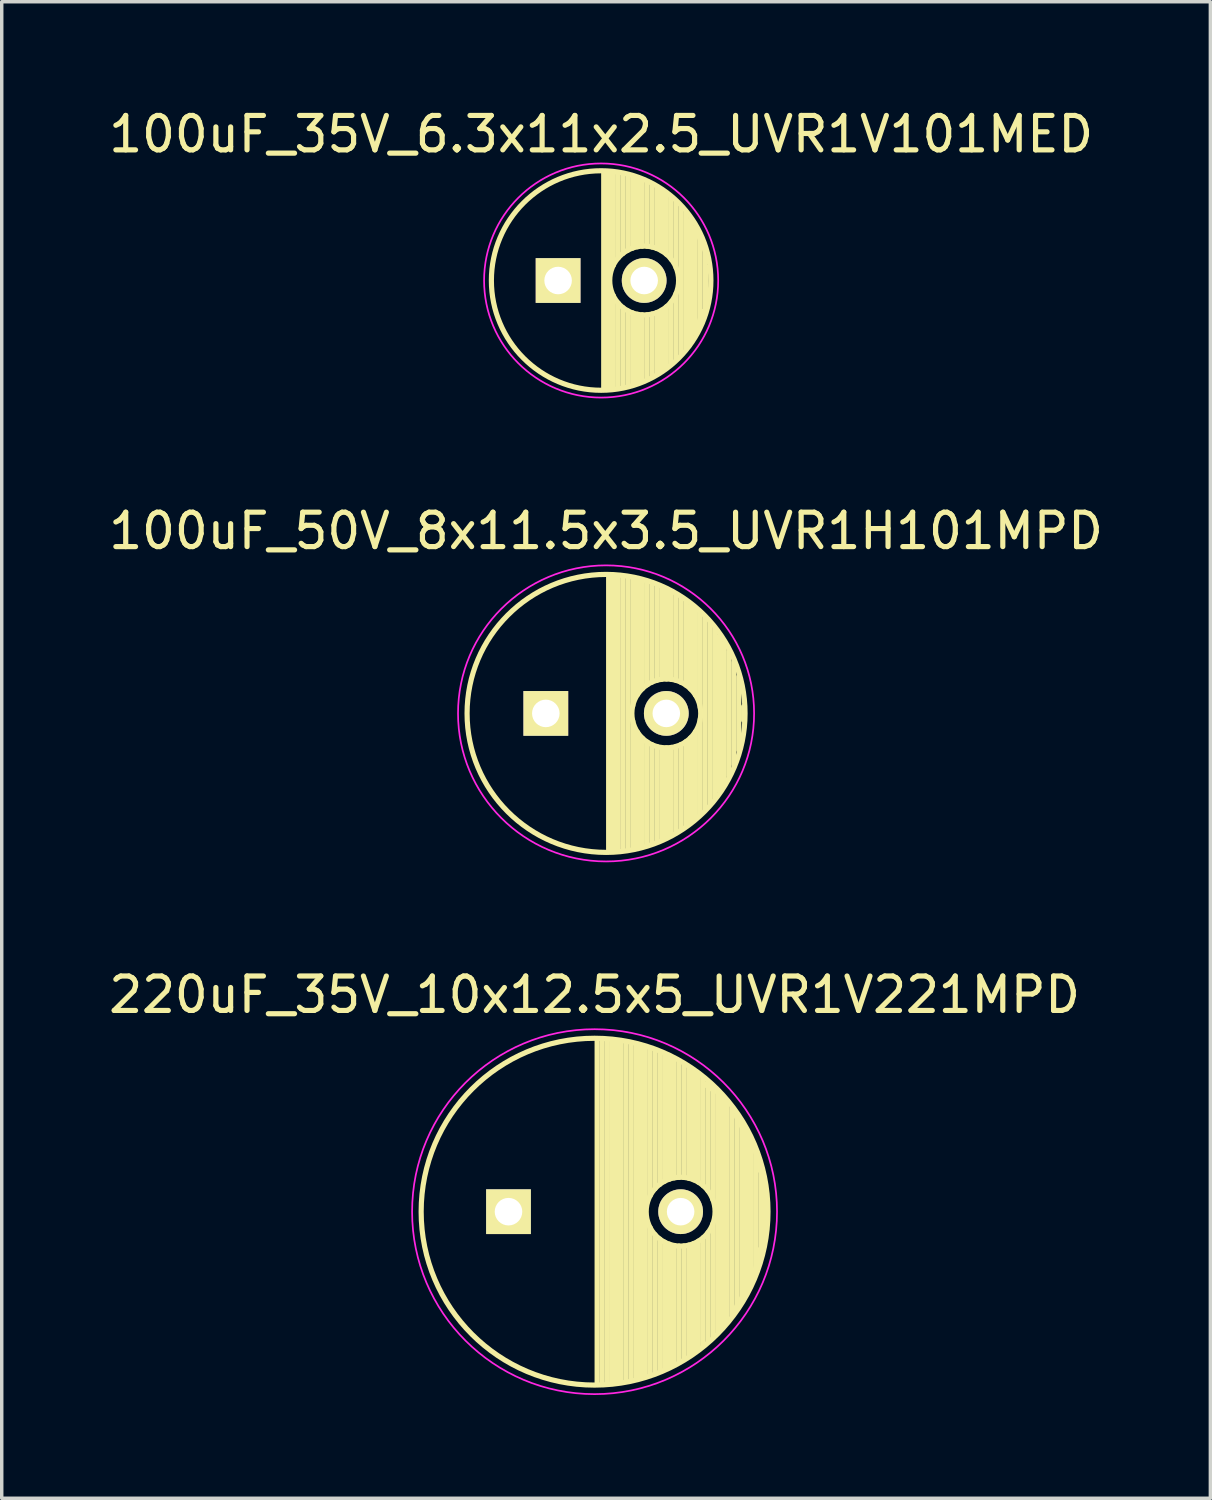
<source format=kicad_pcb>
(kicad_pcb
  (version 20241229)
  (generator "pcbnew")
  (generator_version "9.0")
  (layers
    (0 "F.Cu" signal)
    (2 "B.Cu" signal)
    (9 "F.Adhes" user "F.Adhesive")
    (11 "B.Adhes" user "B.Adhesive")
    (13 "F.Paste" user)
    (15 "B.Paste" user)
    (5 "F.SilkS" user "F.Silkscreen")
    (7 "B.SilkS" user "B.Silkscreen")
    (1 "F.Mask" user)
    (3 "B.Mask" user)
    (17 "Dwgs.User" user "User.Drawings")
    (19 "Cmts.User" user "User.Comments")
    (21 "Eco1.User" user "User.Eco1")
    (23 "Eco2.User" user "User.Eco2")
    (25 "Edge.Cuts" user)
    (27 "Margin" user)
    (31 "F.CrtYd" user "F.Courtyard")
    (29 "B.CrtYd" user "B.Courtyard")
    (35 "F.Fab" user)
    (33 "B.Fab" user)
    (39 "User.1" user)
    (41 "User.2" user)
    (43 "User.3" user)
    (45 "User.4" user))
  (footprint "100uF_35V_6.3x11x2.5_UVR1V101MED"
    (layer "F.Cu")
    (at 14.411 5.098)
    (property "Reference" "100uF_35V_6.3x11x2.5_UVR1V101MED" (at 0 -4.25 0) (layer "F.SilkS") (effects (font (size 1 1) (thickness 0.15))))
    (attr through_hole)
    (fp_line (start 0.075 -3.149) (end 0.075 3.149) (stroke (width 0.15) (type solid)) (layer "F.SilkS"))
    (fp_line (start 0.215 -3.143) (end 0.215 3.143) (stroke (width 0.15) (type solid)) (layer "F.SilkS"))
    (fp_line (start 0.355 -3.13) (end 0.355 -0.446) (stroke (width 0.15) (type solid)) (layer "F.SilkS"))
    (fp_line (start 0.355 0.446) (end 0.355 3.13) (stroke (width 0.15) (type solid)) (layer "F.SilkS"))
    (fp_line (start 0.495 -3.111) (end 0.495 -0.656) (stroke (width 0.15) (type solid)) (layer "F.SilkS"))
    (fp_line (start 0.495 0.656) (end 0.495 3.111) (stroke (width 0.15) (type solid)) (layer "F.SilkS"))
    (fp_line (start 0.635 -3.085) (end 0.635 -0.789) (stroke (width 0.15) (type solid)) (layer "F.SilkS"))
    (fp_line (start 0.635 0.789) (end 0.635 3.085) (stroke (width 0.15) (type solid)) (layer "F.SilkS"))
    (fp_line (start 0.775 -3.053) (end 0.775 -0.88) (stroke (width 0.15) (type solid)) (layer "F.SilkS"))
    (fp_line (start 0.775 0.88) (end 0.775 3.053) (stroke (width 0.15) (type solid)) (layer "F.SilkS"))
    (fp_line (start 0.915 -3.014) (end 0.915 -0.942) (stroke (width 0.15) (type solid)) (layer "F.SilkS"))
    (fp_line (start 0.915 0.942) (end 0.915 3.014) (stroke (width 0.15) (type solid)) (layer "F.SilkS"))
    (fp_line (start 1.055 -2.968) (end 1.055 -0.981) (stroke (width 0.15) (type solid)) (layer "F.SilkS"))
    (fp_line (start 1.055 0.981) (end 1.055 2.968) (stroke (width 0.15) (type solid)) (layer "F.SilkS"))
    (fp_line (start 1.195 -2.915) (end 1.195 -0.998) (stroke (width 0.15) (type solid)) (layer "F.SilkS"))
    (fp_line (start 1.195 0.998) (end 1.195 2.915) (stroke (width 0.15) (type solid)) (layer "F.SilkS"))
    (fp_line (start 1.335 -2.853) (end 1.335 -0.996) (stroke (width 0.15) (type solid)) (layer "F.SilkS"))
    (fp_line (start 1.335 0.996) (end 1.335 2.853) (stroke (width 0.15) (type solid)) (layer "F.SilkS"))
    (fp_line (start 1.475 -2.783) (end 1.475 -0.974) (stroke (width 0.15) (type solid)) (layer "F.SilkS"))
    (fp_line (start 1.475 0.974) (end 1.475 2.783) (stroke (width 0.15) (type solid)) (layer "F.SilkS"))
    (fp_line (start 1.615 -2.704) (end 1.615 -0.931) (stroke (width 0.15) (type solid)) (layer "F.SilkS"))
    (fp_line (start 1.615 0.931) (end 1.615 2.704) (stroke (width 0.15) (type solid)) (layer "F.SilkS"))
    (fp_line (start 1.755 -2.616) (end 1.755 -0.863) (stroke (width 0.15) (type solid)) (layer "F.SilkS"))
    (fp_line (start 1.755 0.863) (end 1.755 2.616) (stroke (width 0.15) (type solid)) (layer "F.SilkS"))
    (fp_line (start 1.895 -2.516) (end 1.895 -0.764) (stroke (width 0.15) (type solid)) (layer "F.SilkS"))
    (fp_line (start 1.895 0.764) (end 1.895 2.516) (stroke (width 0.15) (type solid)) (layer "F.SilkS"))
    (fp_line (start 2.035 -2.404) (end 2.035 -0.619) (stroke (width 0.15) (type solid)) (layer "F.SilkS"))
    (fp_line (start 2.035 0.619) (end 2.035 2.404) (stroke (width 0.15) (type solid)) (layer "F.SilkS"))
    (fp_line (start 2.175 -2.279) (end 2.175 -0.38) (stroke (width 0.15) (type solid)) (layer "F.SilkS"))
    (fp_line (start 2.175 0.38) (end 2.175 2.279) (stroke (width 0.15) (type solid)) (layer "F.SilkS"))
    (fp_line (start 2.315 -2.136) (end 2.315 2.136) (stroke (width 0.15) (type solid)) (layer "F.SilkS"))
    (fp_line (start 2.455 -1.974) (end 2.455 1.974) (stroke (width 0.15) (type solid)) (layer "F.SilkS"))
    (fp_line (start 2.55 1.6) (end 2.55 1.9) (stroke (width 0.15) (type solid)) (layer "F.SilkS"))
    (fp_line (start 2.595 -1.786) (end 2.595 1.786) (stroke (width 0.15) (type solid)) (layer "F.SilkS"))
    (fp_line (start 2.735 -1.563) (end 2.735 1.563) (stroke (width 0.15) (type solid)) (layer "F.SilkS"))
    (fp_line (start 2.75 -1.5) (end 3.05 -0.8) (stroke (width 0.15) (type solid)) (layer "F.SilkS"))
    (fp_line (start 2.875 -1.287) (end 2.875 1.287) (stroke (width 0.15) (type solid)) (layer "F.SilkS"))
    (fp_line (start 2.95 0.9) (end 2.75 1.5) (stroke (width 0.15) (type solid)) (layer "F.SilkS"))
    (fp_line (start 3.015 -0.912) (end 3.015 0.912) (stroke (width 0.15) (type solid)) (layer "F.SilkS"))
    (fp_line (start 3.05 -0.4) (end 3.05 0.5) (stroke (width 0.15) (type solid)) (layer "F.SilkS"))
    (fp_circle (center 0 0) (end 0 -3.188) (stroke (width 0.15) (type solid)) (fill no) (layer "F.SilkS"))
    (fp_circle (center 1.25 0) (end 1.25 -1) (stroke (width 0.15) (type solid)) (fill no) (layer "F.SilkS"))
    (fp_circle (center 0 0) (end 0 -3.4) (stroke (width 0.05) (type solid)) (fill no) (layer "F.CrtYd"))
    (pad "1" thru_hole rect (at -1.25 0) (size 1.3 1.3) (drill 0.8) (layers "*.Cu" "*.Mask" "F.SilkS"))
    (pad "2" thru_hole circle (at 1.25 0) (size 1.3 1.3) (drill 0.8) (layers "*.Cu" "*.Mask" "F.SilkS")))
  (footprint "220uF_35V_10x12.5x5_UVR1V221MPD"
    (layer "F.Cu")
    (at 14.22 32.145)
    (property "Reference" "220uF_35V_10x12.5x5_UVR1V221MPD" (at 0 -6.3 0) (layer "F.SilkS") (effects (font (size 1 1) (thickness 0.15))))
    (attr through_hole)
    (fp_line (start 0.075 -4.999) (end 0.075 4.999) (stroke (width 0.15) (type solid)) (layer "F.SilkS"))
    (fp_line (start 0.215 -4.995) (end 0.215 4.995) (stroke (width 0.15) (type solid)) (layer "F.SilkS"))
    (fp_line (start 0.355 -4.987) (end 0.355 4.987) (stroke (width 0.15) (type solid)) (layer "F.SilkS"))
    (fp_line (start 0.495 -4.975) (end 0.495 4.975) (stroke (width 0.15) (type solid)) (layer "F.SilkS"))
    (fp_line (start 0.635 -4.96) (end 0.635 4.96) (stroke (width 0.15) (type solid)) (layer "F.SilkS"))
    (fp_line (start 0.775 -4.94) (end 0.775 4.94) (stroke (width 0.15) (type solid)) (layer "F.SilkS"))
    (fp_line (start 0.915 -4.916) (end 0.915 4.916) (stroke (width 0.15) (type solid)) (layer "F.SilkS"))
    (fp_line (start 1.055 -4.887) (end 1.055 4.887) (stroke (width 0.15) (type solid)) (layer "F.SilkS"))
    (fp_line (start 1.195 -4.855) (end 1.195 4.855) (stroke (width 0.15) (type solid)) (layer "F.SilkS"))
    (fp_line (start 1.335 -4.818) (end 1.335 4.818) (stroke (width 0.15) (type solid)) (layer "F.SilkS"))
    (fp_line (start 1.475 -4.777) (end 1.475 4.777) (stroke (width 0.15) (type solid)) (layer "F.SilkS"))
    (fp_line (start 1.615 -4.732) (end 1.615 -0.466) (stroke (width 0.15) (type solid)) (layer "F.SilkS"))
    (fp_line (start 1.615 0.466) (end 1.615 4.732) (stroke (width 0.15) (type solid)) (layer "F.SilkS"))
    (fp_line (start 1.755 -4.682) (end 1.755 -0.667) (stroke (width 0.15) (type solid)) (layer "F.SilkS"))
    (fp_line (start 1.755 0.667) (end 1.755 4.682) (stroke (width 0.15) (type solid)) (layer "F.SilkS"))
    (fp_line (start 1.895 -4.627) (end 1.895 -0.796) (stroke (width 0.15) (type solid)) (layer "F.SilkS"))
    (fp_line (start 1.895 0.796) (end 1.895 4.627) (stroke (width 0.15) (type solid)) (layer "F.SilkS"))
    (fp_line (start 2.035 -4.567) (end 2.035 -0.885) (stroke (width 0.15) (type solid)) (layer "F.SilkS"))
    (fp_line (start 2.035 0.885) (end 2.035 4.567) (stroke (width 0.15) (type solid)) (layer "F.SilkS"))
    (fp_line (start 2.175 -4.502) (end 2.175 -0.946) (stroke (width 0.15) (type solid)) (layer "F.SilkS"))
    (fp_line (start 2.175 0.946) (end 2.175 4.502) (stroke (width 0.15) (type solid)) (layer "F.SilkS"))
    (fp_line (start 2.315 -4.432) (end 2.315 -0.983) (stroke (width 0.15) (type solid)) (layer "F.SilkS"))
    (fp_line (start 2.315 0.983) (end 2.315 4.432) (stroke (width 0.15) (type solid)) (layer "F.SilkS"))
    (fp_line (start 2.455 -4.356) (end 2.455 -0.999) (stroke (width 0.15) (type solid)) (layer "F.SilkS"))
    (fp_line (start 2.455 0.999) (end 2.455 4.356) (stroke (width 0.15) (type solid)) (layer "F.SilkS"))
    (fp_line (start 2.595 -4.274) (end 2.595 -0.995) (stroke (width 0.15) (type solid)) (layer "F.SilkS"))
    (fp_line (start 2.595 0.995) (end 2.595 4.274) (stroke (width 0.15) (type solid)) (layer "F.SilkS"))
    (fp_line (start 2.735 -4.186) (end 2.735 -0.972) (stroke (width 0.15) (type solid)) (layer "F.SilkS"))
    (fp_line (start 2.735 0.972) (end 2.735 4.186) (stroke (width 0.15) (type solid)) (layer "F.SilkS"))
    (fp_line (start 2.875 -4.091) (end 2.875 -0.927) (stroke (width 0.15) (type solid)) (layer "F.SilkS"))
    (fp_line (start 2.875 0.927) (end 2.875 4.091) (stroke (width 0.15) (type solid)) (layer "F.SilkS"))
    (fp_line (start 3.015 -3.989) (end 3.015 -0.857) (stroke (width 0.15) (type solid)) (layer "F.SilkS"))
    (fp_line (start 3.015 0.857) (end 3.015 3.989) (stroke (width 0.15) (type solid)) (layer "F.SilkS"))
    (fp_line (start 3.155 -3.879) (end 3.155 -0.756) (stroke (width 0.15) (type solid)) (layer "F.SilkS"))
    (fp_line (start 3.155 0.756) (end 3.155 3.879) (stroke (width 0.15) (type solid)) (layer "F.SilkS"))
    (fp_line (start 3.2 -3.7) (end 3.5 -3.5) (stroke (width 0.15) (type solid)) (layer "F.SilkS"))
    (fp_line (start 3.295 -3.761) (end 3.295 -0.607) (stroke (width 0.15) (type solid)) (layer "F.SilkS"))
    (fp_line (start 3.295 0.607) (end 3.295 3.761) (stroke (width 0.15) (type solid)) (layer "F.SilkS"))
    (fp_line (start 3.435 -3.633) (end 3.435 -0.355) (stroke (width 0.15) (type solid)) (layer "F.SilkS"))
    (fp_line (start 3.435 0.355) (end 3.435 3.633) (stroke (width 0.15) (type solid)) (layer "F.SilkS"))
    (fp_line (start 3.575 -3.496) (end 3.575 3.496) (stroke (width 0.15) (type solid)) (layer "F.SilkS"))
    (fp_line (start 3.715 -3.346) (end 3.715 3.346) (stroke (width 0.15) (type solid)) (layer "F.SilkS"))
    (fp_line (start 3.855 -3.184) (end 3.855 3.184) (stroke (width 0.15) (type solid)) (layer "F.SilkS"))
    (fp_line (start 3.995 -3.007) (end 3.995 3.007) (stroke (width 0.15) (type solid)) (layer "F.SilkS"))
    (fp_line (start 4.1 -2.8) (end 4.7 -1.7) (stroke (width 0.15) (type solid)) (layer "F.SilkS"))
    (fp_line (start 4.135 -2.811) (end 4.135 2.811) (stroke (width 0.15) (type solid)) (layer "F.SilkS"))
    (fp_line (start 4.275 -2.593) (end 4.275 2.593) (stroke (width 0.15) (type solid)) (layer "F.SilkS"))
    (fp_line (start 4.4 2.3) (end 4.1 2.8) (stroke (width 0.15) (type solid)) (layer "F.SilkS"))
    (fp_line (start 4.415 -2.347) (end 4.415 2.347) (stroke (width 0.15) (type solid)) (layer "F.SilkS"))
    (fp_line (start 4.555 -2.062) (end 4.555 2.062) (stroke (width 0.15) (type solid)) (layer "F.SilkS"))
    (fp_line (start 4.695 -1.72) (end 4.695 1.72) (stroke (width 0.15) (type solid)) (layer "F.SilkS"))
    (fp_line (start 4.7 -1.7) (end 4.8 -1.2) (stroke (width 0.15) (type solid)) (layer "F.SilkS"))
    (fp_line (start 4.7 1.6) (end 4.4 2.3) (stroke (width 0.15) (type solid)) (layer "F.SilkS"))
    (fp_line (start 4.8 1.1) (end 4.7 1.6) (stroke (width 0.15) (type solid)) (layer "F.SilkS"))
    (fp_line (start 4.835 -1.274) (end 4.835 1.274) (stroke (width 0.15) (type solid)) (layer "F.SilkS"))
    (fp_line (start 4.9 -0.8) (end 4.9 0.8) (stroke (width 0.15) (type solid)) (layer "F.SilkS"))
    (fp_line (start 4.975 -0.499) (end 4.975 0.499) (stroke (width 0.15) (type solid)) (layer "F.SilkS"))
    (fp_circle (center 0 0) (end 0 -5.037) (stroke (width 0.15) (type solid)) (fill no) (layer "F.SilkS"))
    (fp_circle (center 2.5 0) (end 2.5 -1) (stroke (width 0.15) (type solid)) (fill no) (layer "F.SilkS"))
    (fp_circle (center 0 0) (end 0 -5.3) (stroke (width 0.05) (type solid)) (fill no) (layer "F.CrtYd"))
    (pad "1" thru_hole rect (at -2.5 0) (size 1.3 1.3) (drill 0.8) (layers "*.Cu" "*.Mask" "F.SilkS"))
    (pad "2" thru_hole circle (at 2.5 0) (size 1.3 1.3) (drill 0.8) (layers "*.Cu" "*.Mask" "F.SilkS")))
  (footprint "100uF_50V_8x11.5x3.5_UVR1H101MPD"
    (layer "F.Cu")
    (at 14.554 17.672)
    (property "Reference" "100uF_50V_8x11.5x3.5_UVR1H101MPD" (at 0 -5.3 0) (layer "F.SilkS") (effects (font (size 1 1) (thickness 0.15))))
    (attr through_hole)
    (fp_line (start 0.075 -3.999) (end 0.075 3.999) (stroke (width 0.15) (type solid)) (layer "F.SilkS"))
    (fp_line (start 0.215 -3.994) (end 0.215 3.994) (stroke (width 0.15) (type solid)) (layer "F.SilkS"))
    (fp_line (start 0.355 -3.984) (end 0.355 3.984) (stroke (width 0.15) (type solid)) (layer "F.SilkS"))
    (fp_line (start 0.495 -3.969) (end 0.495 3.969) (stroke (width 0.15) (type solid)) (layer "F.SilkS"))
    (fp_line (start 0.635 -3.949) (end 0.635 3.949) (stroke (width 0.15) (type solid)) (layer "F.SilkS"))
    (fp_line (start 0.775 -3.924) (end 0.775 -0.222) (stroke (width 0.15) (type solid)) (layer "F.SilkS"))
    (fp_line (start 0.775 0.222) (end 0.775 3.924) (stroke (width 0.15) (type solid)) (layer "F.SilkS"))
    (fp_line (start 0.915 -3.894) (end 0.915 -0.55) (stroke (width 0.15) (type solid)) (layer "F.SilkS"))
    (fp_line (start 0.915 0.55) (end 0.915 3.894) (stroke (width 0.15) (type solid)) (layer "F.SilkS"))
    (fp_line (start 1.055 -3.858) (end 1.055 -0.719) (stroke (width 0.15) (type solid)) (layer "F.SilkS"))
    (fp_line (start 1.055 0.719) (end 1.055 3.858) (stroke (width 0.15) (type solid)) (layer "F.SilkS"))
    (fp_line (start 1.195 -3.817) (end 1.195 -0.832) (stroke (width 0.15) (type solid)) (layer "F.SilkS"))
    (fp_line (start 1.195 0.832) (end 1.195 3.817) (stroke (width 0.15) (type solid)) (layer "F.SilkS"))
    (fp_line (start 1.335 -3.771) (end 1.335 -0.91) (stroke (width 0.15) (type solid)) (layer "F.SilkS"))
    (fp_line (start 1.335 0.91) (end 1.335 3.771) (stroke (width 0.15) (type solid)) (layer "F.SilkS"))
    (fp_line (start 1.475 -3.718) (end 1.475 -0.961) (stroke (width 0.15) (type solid)) (layer "F.SilkS"))
    (fp_line (start 1.475 0.961) (end 1.475 3.718) (stroke (width 0.15) (type solid)) (layer "F.SilkS"))
    (fp_line (start 1.615 -3.659) (end 1.615 -0.991) (stroke (width 0.15) (type solid)) (layer "F.SilkS"))
    (fp_line (start 1.615 0.991) (end 1.615 3.659) (stroke (width 0.15) (type solid)) (layer "F.SilkS"))
    (fp_line (start 1.755 -3.594) (end 1.755 -1) (stroke (width 0.15) (type solid)) (layer "F.SilkS"))
    (fp_line (start 1.755 1) (end 1.755 3.594) (stroke (width 0.15) (type solid)) (layer "F.SilkS"))
    (fp_line (start 1.895 -3.523) (end 1.895 -0.989) (stroke (width 0.15) (type solid)) (layer "F.SilkS"))
    (fp_line (start 1.895 0.989) (end 1.895 3.523) (stroke (width 0.15) (type solid)) (layer "F.SilkS"))
    (fp_line (start 2.035 -3.444) (end 2.035 -0.959) (stroke (width 0.15) (type solid)) (layer "F.SilkS"))
    (fp_line (start 2.035 0.959) (end 2.035 3.444) (stroke (width 0.15) (type solid)) (layer "F.SilkS"))
    (fp_line (start 2.175 -3.357) (end 2.175 -0.905) (stroke (width 0.15) (type solid)) (layer "F.SilkS"))
    (fp_line (start 2.175 0.905) (end 2.175 3.357) (stroke (width 0.15) (type solid)) (layer "F.SilkS"))
    (fp_line (start 2.315 -3.262) (end 2.315 -0.825) (stroke (width 0.15) (type solid)) (layer "F.SilkS"))
    (fp_line (start 2.315 0.825) (end 2.315 3.262) (stroke (width 0.15) (type solid)) (layer "F.SilkS"))
    (fp_line (start 2.455 -3.158) (end 2.455 -0.709) (stroke (width 0.15) (type solid)) (layer "F.SilkS"))
    (fp_line (start 2.455 0.709) (end 2.455 3.158) (stroke (width 0.15) (type solid)) (layer "F.SilkS"))
    (fp_line (start 2.595 -3.044) (end 2.595 -0.535) (stroke (width 0.15) (type solid)) (layer "F.SilkS"))
    (fp_line (start 2.595 0.535) (end 2.595 3.044) (stroke (width 0.15) (type solid)) (layer "F.SilkS"))
    (fp_line (start 2.735 -2.919) (end 2.735 -0.173) (stroke (width 0.15) (type solid)) (layer "F.SilkS"))
    (fp_line (start 2.735 0.173) (end 2.735 2.919) (stroke (width 0.15) (type solid)) (layer "F.SilkS"))
    (fp_line (start 2.875 -2.781) (end 2.875 2.781) (stroke (width 0.15) (type solid)) (layer "F.SilkS"))
    (fp_line (start 3.015 -2.629) (end 3.015 2.629) (stroke (width 0.15) (type solid)) (layer "F.SilkS"))
    (fp_line (start 3.155 -2.459) (end 3.155 2.459) (stroke (width 0.15) (type solid)) (layer "F.SilkS"))
    (fp_line (start 3.295 -2.268) (end 3.295 2.268) (stroke (width 0.15) (type solid)) (layer "F.SilkS"))
    (fp_line (start 3.435 -2.05) (end 3.435 2.05) (stroke (width 0.15) (type solid)) (layer "F.SilkS"))
    (fp_line (start 3.575 -1.794) (end 3.575 1.794) (stroke (width 0.15) (type solid)) (layer "F.SilkS"))
    (fp_line (start 3.715 -1.483) (end 3.715 1.483) (stroke (width 0.15) (type solid)) (layer "F.SilkS"))
    (fp_line (start 3.855 -1.067) (end 3.855 1.067) (stroke (width 0.15) (type solid)) (layer "F.SilkS"))
    (fp_line (start 3.995 -0.2) (end 3.995 0.2) (stroke (width 0.15) (type solid)) (layer "F.SilkS"))
    (fp_circle (center 0 0) (end 0 -4.037) (stroke (width 0.15) (type solid)) (fill no) (layer "F.SilkS"))
    (fp_circle (center 1.75 0) (end 1.75 -1) (stroke (width 0.15) (type solid)) (fill no) (layer "F.SilkS"))
    (fp_circle (center 0 0) (end 0 -4.3) (stroke (width 0.05) (type solid)) (fill no) (layer "F.CrtYd"))
    (pad "1" thru_hole rect (at -1.75 0) (size 1.3 1.3) (drill 0.8) (layers "*.Cu" "*.Mask" "F.SilkS"))
    (pad "2" thru_hole circle (at 1.75 0) (size 1.3 1.3) (drill 0.8) (layers "*.Cu" "*.Mask" "F.SilkS")))
  (gr_rect
    (start -3 -3)
    (end 32.107 40.47)
    (stroke (width 0.1) (type default))
    (fill no)
    (layer "Edge.Cuts")))
</source>
